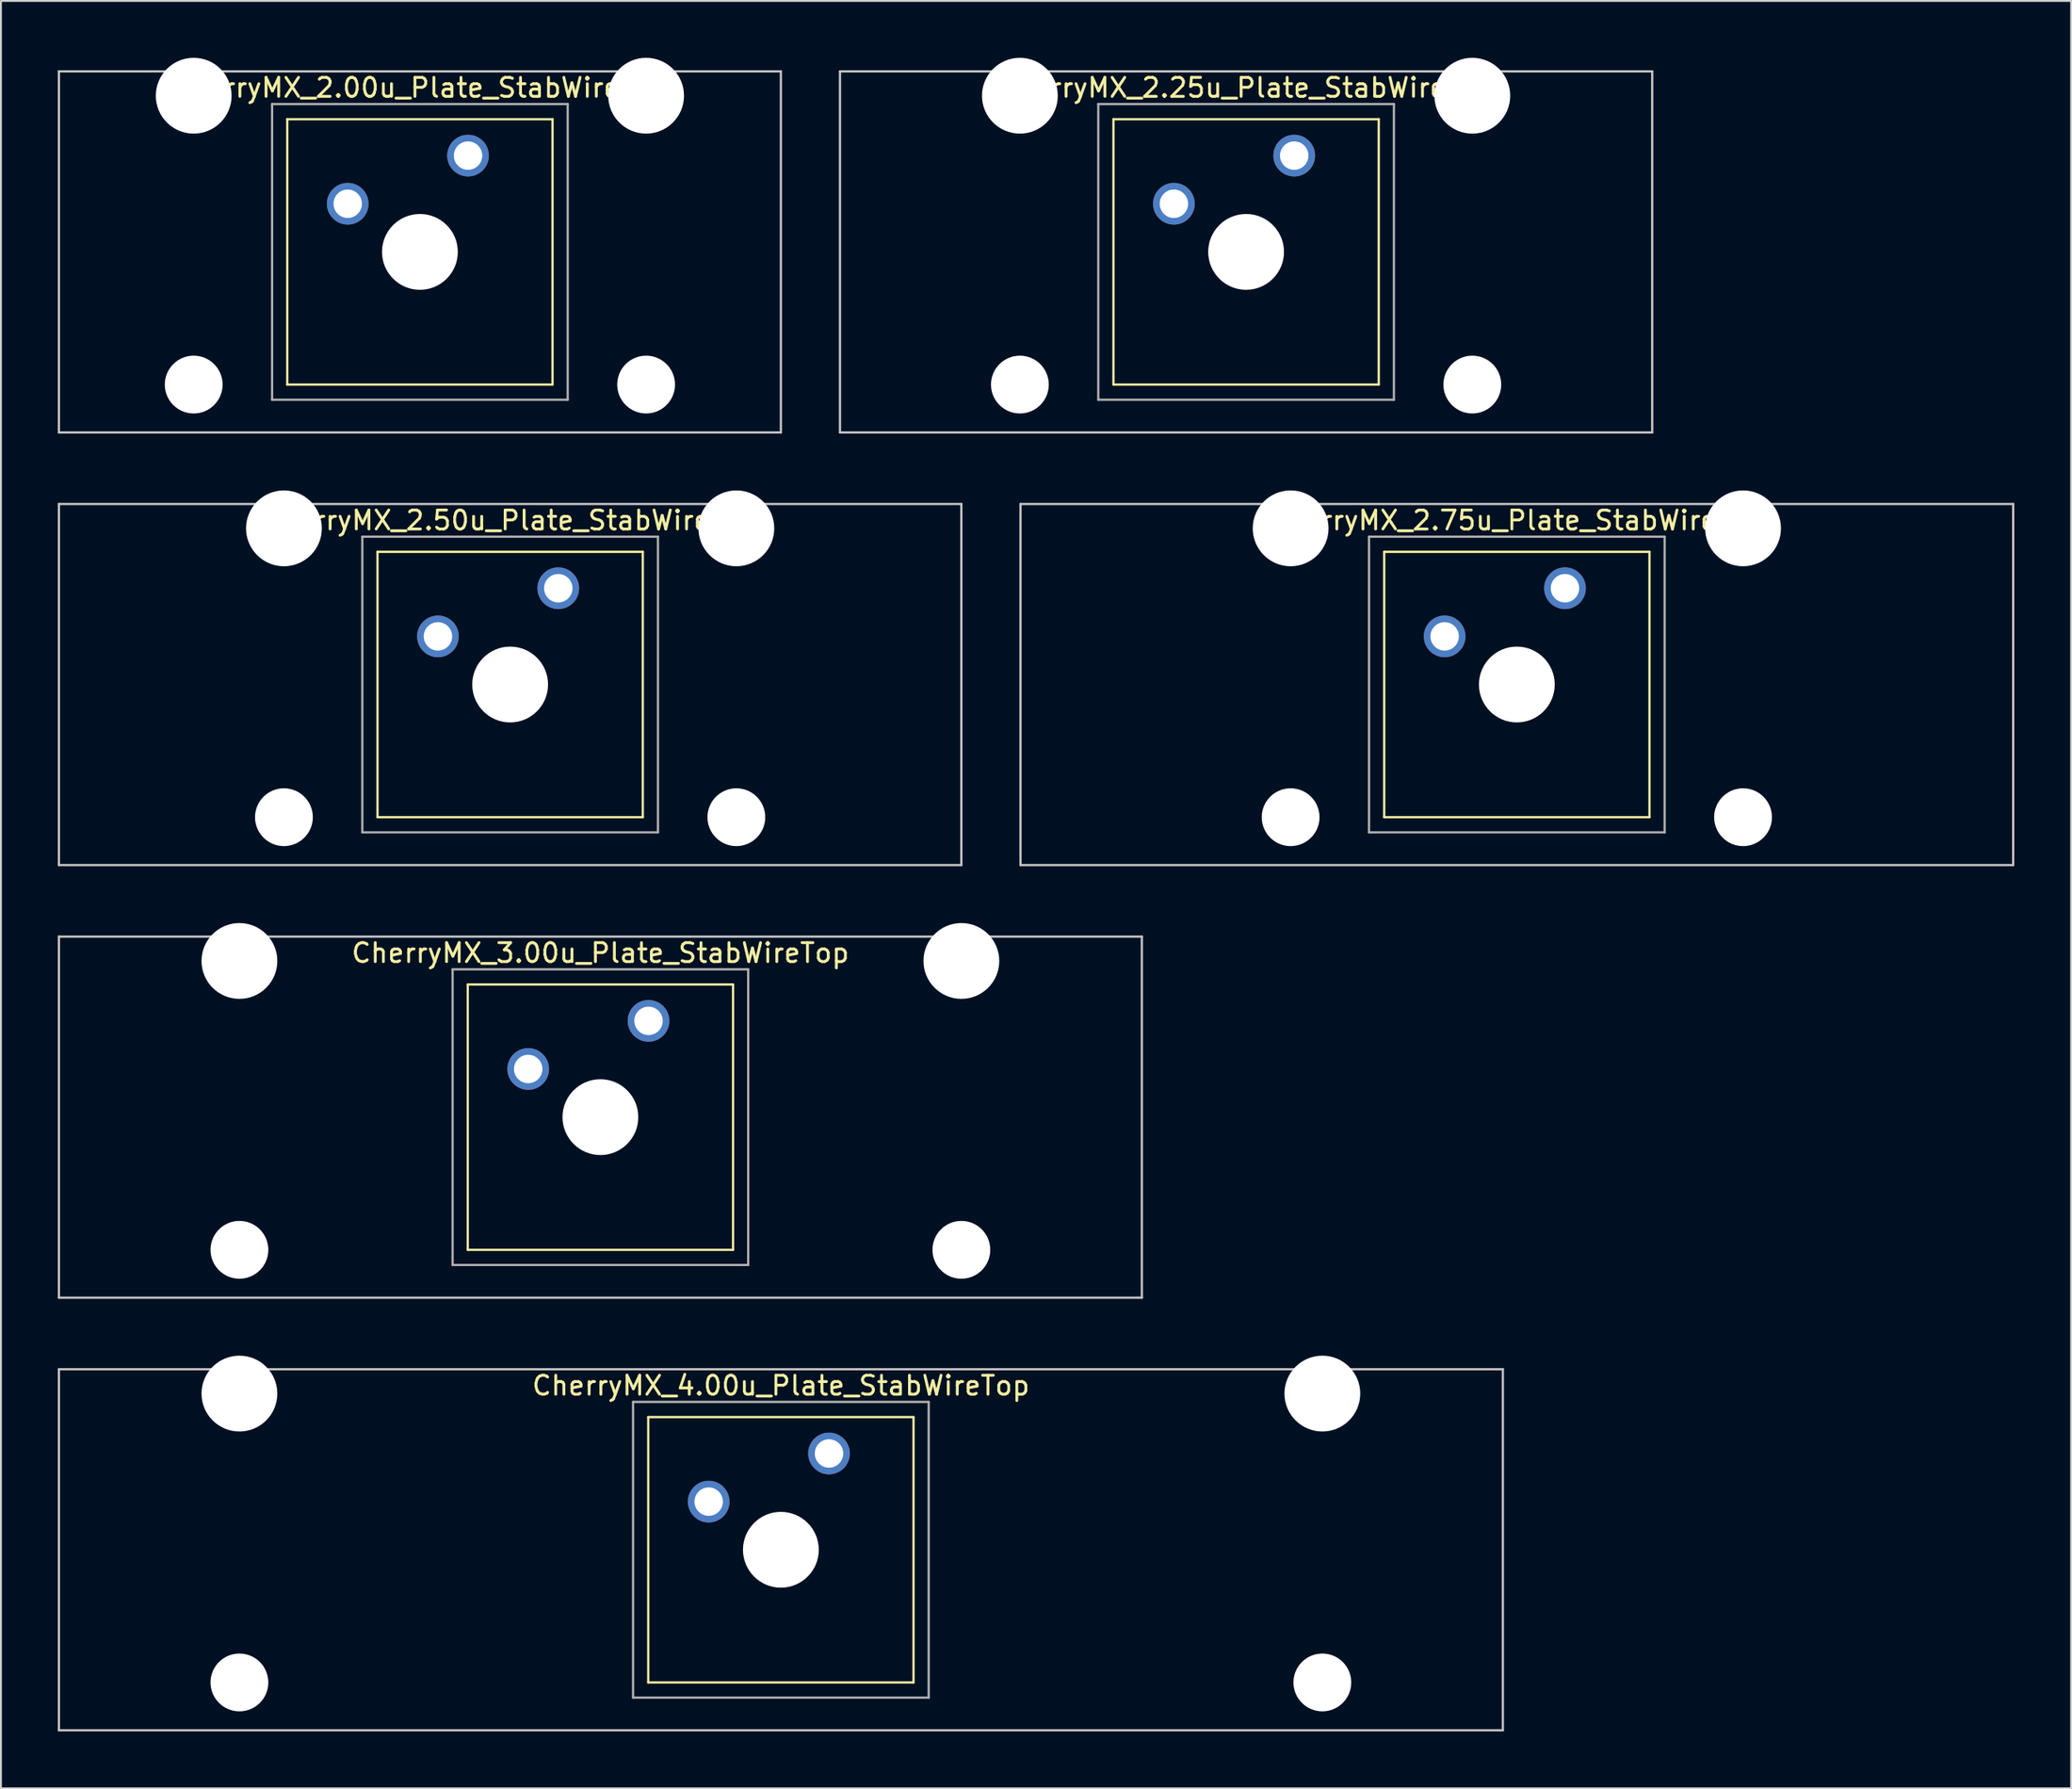
<source format=kicad_pcb>
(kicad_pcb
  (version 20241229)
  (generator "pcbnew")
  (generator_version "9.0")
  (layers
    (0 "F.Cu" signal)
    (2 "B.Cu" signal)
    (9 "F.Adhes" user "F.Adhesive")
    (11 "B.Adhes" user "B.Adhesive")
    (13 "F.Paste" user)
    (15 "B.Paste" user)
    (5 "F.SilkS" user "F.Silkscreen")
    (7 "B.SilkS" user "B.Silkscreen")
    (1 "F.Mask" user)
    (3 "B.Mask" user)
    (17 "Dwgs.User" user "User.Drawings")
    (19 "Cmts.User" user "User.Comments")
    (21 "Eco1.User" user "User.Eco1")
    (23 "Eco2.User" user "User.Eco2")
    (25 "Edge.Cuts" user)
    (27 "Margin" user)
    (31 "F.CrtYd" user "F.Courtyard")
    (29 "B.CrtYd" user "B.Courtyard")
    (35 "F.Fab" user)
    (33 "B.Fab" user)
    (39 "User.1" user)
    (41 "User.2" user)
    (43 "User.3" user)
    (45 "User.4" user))
  (footprint "CherryMX_2.00u_Plate_StabWireTop"
    (layer "F.Cu")
    (at 19.11 10.24)
    (property "Reference" "CherryMX_2.00u_Plate_StabWireTop" (at 0 -8.662 0) (layer "F.SilkS") (effects (font (size 1 1) (thickness 0.15))))
    (attr through_hole)
    (fp_line (start -7 -7) (end -7 7) (stroke (width 0.12) (type solid)) (layer "F.SilkS"))
    (fp_line (start -7 -7) (end 7 -7) (stroke (width 0.12) (type solid)) (layer "F.SilkS"))
    (fp_line (start 7 -7) (end 7 7) (stroke (width 0.12) (type solid)) (layer "F.SilkS"))
    (fp_line (start 7 7) (end -7 7) (stroke (width 0.12) (type solid)) (layer "F.SilkS"))
    (fp_line (start -19.05 -9.525) (end 19.05 -9.525) (stroke (width 0.12) (type solid)) (layer "Dwgs.User"))
    (fp_line (start -19.05 9.525) (end -19.05 -9.525) (stroke (width 0.12) (type solid)) (layer "Dwgs.User"))
    (fp_line (start 19.05 -9.525) (end 19.05 9.525) (stroke (width 0.12) (type solid)) (layer "Dwgs.User"))
    (fp_line (start 19.05 9.525) (end -19.05 9.525) (stroke (width 0.12) (type solid)) (layer "Dwgs.User"))
    (fp_line (start -7.8 -7.8) (end -7.8 7.8) (stroke (width 0.12) (type solid)) (layer "F.Fab"))
    (fp_line (start -7.8 -7.8) (end 7.8 -7.8) (stroke (width 0.12) (type solid)) (layer "F.Fab"))
    (fp_line (start -7.8 7.8) (end 7.8 7.8) (stroke (width 0.12) (type solid)) (layer "F.Fab"))
    (fp_line (start 7.8 -7.8) (end 7.8 7.8) (stroke (width 0.12) (type solid)) (layer "F.Fab"))
    (pad "" np_thru_hole circle (at -11.938 -8.24) (size 4 4) (drill 4) (layers "*.Cu" "*.Mask"))
    (pad "" np_thru_hole circle (at -11.938 7) (size 3.05 3.05) (drill 3.05) (layers "*.Cu" "*.Mask"))
    (pad "" np_thru_hole circle (at 0 0) (size 4 4) (drill 4) (layers "*.Cu" "*.Mask"))
    (pad "" np_thru_hole circle (at 11.938 -8.24) (size 4 4) (drill 4) (layers "*.Cu" "*.Mask"))
    (pad "" np_thru_hole circle (at 11.938 7) (size 3.05 3.05) (drill 3.05) (layers "*.Cu" "*.Mask"))
    (pad "1" thru_hole circle (at -3.81 -2.54) (size 2.2 2.2) (drill 1.5) (layers "*.Cu" "*.Mask"))
    (pad "2" thru_hole circle (at 2.54 -5.08) (size 2.2 2.2) (drill 1.5) (layers "*.Cu" "*.Mask")))
  (footprint "CherryMX_2.25u_Plate_StabWireTop"
    (layer "F.Cu")
    (at 62.711 10.24)
    (property "Reference" "CherryMX_2.25u_Plate_StabWireTop" (at 0 -8.662 0) (layer "F.SilkS") (effects (font (size 1 1) (thickness 0.15))))
    (attr through_hole)
    (fp_line (start -7 -7) (end -7 7) (stroke (width 0.12) (type solid)) (layer "F.SilkS"))
    (fp_line (start -7 -7) (end 7 -7) (stroke (width 0.12) (type solid)) (layer "F.SilkS"))
    (fp_line (start 7 -7) (end 7 7) (stroke (width 0.12) (type solid)) (layer "F.SilkS"))
    (fp_line (start 7 7) (end -7 7) (stroke (width 0.12) (type solid)) (layer "F.SilkS"))
    (fp_line (start -21.431 -9.525) (end 21.431 -9.525) (stroke (width 0.12) (type solid)) (layer "Dwgs.User"))
    (fp_line (start -21.431 9.525) (end -21.431 -9.525) (stroke (width 0.12) (type solid)) (layer "Dwgs.User"))
    (fp_line (start 21.431 -9.525) (end 21.431 9.525) (stroke (width 0.12) (type solid)) (layer "Dwgs.User"))
    (fp_line (start 21.431 9.525) (end -21.431 9.525) (stroke (width 0.12) (type solid)) (layer "Dwgs.User"))
    (fp_line (start -7.8 -7.8) (end -7.8 7.8) (stroke (width 0.12) (type solid)) (layer "F.Fab"))
    (fp_line (start -7.8 -7.8) (end 7.8 -7.8) (stroke (width 0.12) (type solid)) (layer "F.Fab"))
    (fp_line (start -7.8 7.8) (end 7.8 7.8) (stroke (width 0.12) (type solid)) (layer "F.Fab"))
    (fp_line (start 7.8 -7.8) (end 7.8 7.8) (stroke (width 0.12) (type solid)) (layer "F.Fab"))
    (pad "" np_thru_hole circle (at -11.938 -8.24) (size 4 4) (drill 4) (layers "*.Cu" "*.Mask"))
    (pad "" np_thru_hole circle (at -11.938 7) (size 3.05 3.05) (drill 3.05) (layers "*.Cu" "*.Mask"))
    (pad "" np_thru_hole circle (at 0 0) (size 4 4) (drill 4) (layers "*.Cu" "*.Mask"))
    (pad "" np_thru_hole circle (at 11.938 -8.24) (size 4 4) (drill 4) (layers "*.Cu" "*.Mask"))
    (pad "" np_thru_hole circle (at 11.938 7) (size 3.05 3.05) (drill 3.05) (layers "*.Cu" "*.Mask"))
    (pad "1" thru_hole circle (at -3.81 -2.54) (size 2.2 2.2) (drill 1.5) (layers "*.Cu" "*.Mask"))
    (pad "2" thru_hole circle (at 2.54 -5.08) (size 2.2 2.2) (drill 1.5) (layers "*.Cu" "*.Mask")))
  (footprint "CherryMX_3.00u_Plate_StabWireTop"
    (layer "F.Cu")
    (at 28.635 55.89)
    (property "Reference" "CherryMX_3.00u_Plate_StabWireTop" (at 0 -8.662 0) (layer "F.SilkS") (effects (font (size 1 1) (thickness 0.15))))
    (attr through_hole)
    (fp_line (start -7 -7) (end -7 7) (stroke (width 0.12) (type solid)) (layer "F.SilkS"))
    (fp_line (start -7 -7) (end 7 -7) (stroke (width 0.12) (type solid)) (layer "F.SilkS"))
    (fp_line (start 7 -7) (end 7 7) (stroke (width 0.12) (type solid)) (layer "F.SilkS"))
    (fp_line (start 7 7) (end -7 7) (stroke (width 0.12) (type solid)) (layer "F.SilkS"))
    (fp_line (start -28.575 -9.525) (end 28.575 -9.525) (stroke (width 0.12) (type solid)) (layer "Dwgs.User"))
    (fp_line (start -28.575 9.525) (end -28.575 -9.525) (stroke (width 0.12) (type solid)) (layer "Dwgs.User"))
    (fp_line (start 28.575 -9.525) (end 28.575 9.525) (stroke (width 0.12) (type solid)) (layer "Dwgs.User"))
    (fp_line (start 28.575 9.525) (end -28.575 9.525) (stroke (width 0.12) (type solid)) (layer "Dwgs.User"))
    (fp_line (start -7.8 -7.8) (end -7.8 7.8) (stroke (width 0.12) (type solid)) (layer "F.Fab"))
    (fp_line (start -7.8 -7.8) (end 7.8 -7.8) (stroke (width 0.12) (type solid)) (layer "F.Fab"))
    (fp_line (start -7.8 7.8) (end 7.8 7.8) (stroke (width 0.12) (type solid)) (layer "F.Fab"))
    (fp_line (start 7.8 -7.8) (end 7.8 7.8) (stroke (width 0.12) (type solid)) (layer "F.Fab"))
    (pad "" np_thru_hole circle (at -19.05 -8.24) (size 4 4) (drill 4) (layers "*.Cu" "*.Mask"))
    (pad "" np_thru_hole circle (at -19.05 7) (size 3.05 3.05) (drill 3.05) (layers "*.Cu" "*.Mask"))
    (pad "" np_thru_hole circle (at 0 0) (size 4 4) (drill 4) (layers "*.Cu" "*.Mask"))
    (pad "" np_thru_hole circle (at 19.05 -8.24) (size 4 4) (drill 4) (layers "*.Cu" "*.Mask"))
    (pad "" np_thru_hole circle (at 19.05 7) (size 3.05 3.05) (drill 3.05) (layers "*.Cu" "*.Mask"))
    (pad "1" thru_hole circle (at -3.81 -2.54) (size 2.2 2.2) (drill 1.5) (layers "*.Cu" "*.Mask"))
    (pad "2" thru_hole circle (at 2.54 -5.08) (size 2.2 2.2) (drill 1.5) (layers "*.Cu" "*.Mask")))
  (footprint "CherryMX_4.00u_Plate_StabWireTop"
    (layer "F.Cu")
    (at 38.16 78.715)
    (property "Reference" "CherryMX_4.00u_Plate_StabWireTop" (at 0 -8.662 0) (layer "F.SilkS") (effects (font (size 1 1) (thickness 0.15))))
    (attr through_hole)
    (fp_line (start -7 -7) (end -7 7) (stroke (width 0.12) (type solid)) (layer "F.SilkS"))
    (fp_line (start -7 -7) (end 7 -7) (stroke (width 0.12) (type solid)) (layer "F.SilkS"))
    (fp_line (start 7 -7) (end 7 7) (stroke (width 0.12) (type solid)) (layer "F.SilkS"))
    (fp_line (start 7 7) (end -7 7) (stroke (width 0.12) (type solid)) (layer "F.SilkS"))
    (fp_line (start -38.1 -9.525) (end 38.1 -9.525) (stroke (width 0.12) (type solid)) (layer "Dwgs.User"))
    (fp_line (start -38.1 9.525) (end -38.1 -9.525) (stroke (width 0.12) (type solid)) (layer "Dwgs.User"))
    (fp_line (start 38.1 -9.525) (end 38.1 9.525) (stroke (width 0.12) (type solid)) (layer "Dwgs.User"))
    (fp_line (start 38.1 9.525) (end -38.1 9.525) (stroke (width 0.12) (type solid)) (layer "Dwgs.User"))
    (fp_line (start -7.8 -7.8) (end -7.8 7.8) (stroke (width 0.12) (type solid)) (layer "F.Fab"))
    (fp_line (start -7.8 -7.8) (end 7.8 -7.8) (stroke (width 0.12) (type solid)) (layer "F.Fab"))
    (fp_line (start -7.8 7.8) (end 7.8 7.8) (stroke (width 0.12) (type solid)) (layer "F.Fab"))
    (fp_line (start 7.8 -7.8) (end 7.8 7.8) (stroke (width 0.12) (type solid)) (layer "F.Fab"))
    (pad "" np_thru_hole circle (at -28.575 -8.24) (size 4 4) (drill 4) (layers "*.Cu" "*.Mask"))
    (pad "" np_thru_hole circle (at -28.575 7) (size 3.05 3.05) (drill 3.05) (layers "*.Cu" "*.Mask"))
    (pad "" np_thru_hole circle (at 0 0) (size 4 4) (drill 4) (layers "*.Cu" "*.Mask"))
    (pad "" np_thru_hole circle (at 28.575 -8.24) (size 4 4) (drill 4) (layers "*.Cu" "*.Mask"))
    (pad "" np_thru_hole circle (at 28.575 7) (size 3.05 3.05) (drill 3.05) (layers "*.Cu" "*.Mask"))
    (pad "1" thru_hole circle (at -3.81 -2.54) (size 2.2 2.2) (drill 1.5) (layers "*.Cu" "*.Mask"))
    (pad "2" thru_hole circle (at 2.54 -5.08) (size 2.2 2.2) (drill 1.5) (layers "*.Cu" "*.Mask")))
  (footprint "CherryMX_2.75u_Plate_StabWireTop"
    (layer "F.Cu")
    (at 76.999 33.065)
    (property "Reference" "CherryMX_2.75u_Plate_StabWireTop" (at 0 -8.662 0) (layer "F.SilkS") (effects (font (size 1 1) (thickness 0.15))))
    (attr through_hole)
    (fp_line (start -7 -7) (end -7 7) (stroke (width 0.12) (type solid)) (layer "F.SilkS"))
    (fp_line (start -7 -7) (end 7 -7) (stroke (width 0.12) (type solid)) (layer "F.SilkS"))
    (fp_line (start 7 -7) (end 7 7) (stroke (width 0.12) (type solid)) (layer "F.SilkS"))
    (fp_line (start 7 7) (end -7 7) (stroke (width 0.12) (type solid)) (layer "F.SilkS"))
    (fp_line (start -26.194 -9.525) (end 26.194 -9.525) (stroke (width 0.12) (type solid)) (layer "Dwgs.User"))
    (fp_line (start -26.194 9.525) (end -26.194 -9.525) (stroke (width 0.12) (type solid)) (layer "Dwgs.User"))
    (fp_line (start 26.194 -9.525) (end 26.194 9.525) (stroke (width 0.12) (type solid)) (layer "Dwgs.User"))
    (fp_line (start 26.194 9.525) (end -26.194 9.525) (stroke (width 0.12) (type solid)) (layer "Dwgs.User"))
    (fp_line (start -7.8 -7.8) (end -7.8 7.8) (stroke (width 0.12) (type solid)) (layer "F.Fab"))
    (fp_line (start -7.8 -7.8) (end 7.8 -7.8) (stroke (width 0.12) (type solid)) (layer "F.Fab"))
    (fp_line (start -7.8 7.8) (end 7.8 7.8) (stroke (width 0.12) (type solid)) (layer "F.Fab"))
    (fp_line (start 7.8 -7.8) (end 7.8 7.8) (stroke (width 0.12) (type solid)) (layer "F.Fab"))
    (pad "" np_thru_hole circle (at -11.938 -8.24) (size 4 4) (drill 4) (layers "*.Cu" "*.Mask"))
    (pad "" np_thru_hole circle (at -11.938 7) (size 3.05 3.05) (drill 3.05) (layers "*.Cu" "*.Mask"))
    (pad "" np_thru_hole circle (at 0 0) (size 4 4) (drill 4) (layers "*.Cu" "*.Mask"))
    (pad "" np_thru_hole circle (at 11.938 -8.24) (size 4 4) (drill 4) (layers "*.Cu" "*.Mask"))
    (pad "" np_thru_hole circle (at 11.938 7) (size 3.05 3.05) (drill 3.05) (layers "*.Cu" "*.Mask"))
    (pad "1" thru_hole circle (at -3.81 -2.54) (size 2.2 2.2) (drill 1.5) (layers "*.Cu" "*.Mask"))
    (pad "2" thru_hole circle (at 2.54 -5.08) (size 2.2 2.2) (drill 1.5) (layers "*.Cu" "*.Mask")))
  (footprint "CherryMX_2.50u_Plate_StabWireTop"
    (layer "F.Cu")
    (at 23.872 33.065)
    (property "Reference" "CherryMX_2.50u_Plate_StabWireTop" (at 0 -8.662 0) (layer "F.SilkS") (effects (font (size 1 1) (thickness 0.15))))
    (attr through_hole)
    (fp_line (start -7 -7) (end -7 7) (stroke (width 0.12) (type solid)) (layer "F.SilkS"))
    (fp_line (start -7 -7) (end 7 -7) (stroke (width 0.12) (type solid)) (layer "F.SilkS"))
    (fp_line (start 7 -7) (end 7 7) (stroke (width 0.12) (type solid)) (layer "F.SilkS"))
    (fp_line (start 7 7) (end -7 7) (stroke (width 0.12) (type solid)) (layer "F.SilkS"))
    (fp_line (start -23.812 -9.525) (end 23.812 -9.525) (stroke (width 0.12) (type solid)) (layer "Dwgs.User"))
    (fp_line (start -23.812 9.525) (end -23.812 -9.525) (stroke (width 0.12) (type solid)) (layer "Dwgs.User"))
    (fp_line (start 23.812 -9.525) (end 23.812 9.525) (stroke (width 0.12) (type solid)) (layer "Dwgs.User"))
    (fp_line (start 23.812 9.525) (end -23.812 9.525) (stroke (width 0.12) (type solid)) (layer "Dwgs.User"))
    (fp_line (start -7.8 -7.8) (end -7.8 7.8) (stroke (width 0.12) (type solid)) (layer "F.Fab"))
    (fp_line (start -7.8 -7.8) (end 7.8 -7.8) (stroke (width 0.12) (type solid)) (layer "F.Fab"))
    (fp_line (start -7.8 7.8) (end 7.8 7.8) (stroke (width 0.12) (type solid)) (layer "F.Fab"))
    (fp_line (start 7.8 -7.8) (end 7.8 7.8) (stroke (width 0.12) (type solid)) (layer "F.Fab"))
    (pad "" np_thru_hole circle (at -11.938 -8.24) (size 4 4) (drill 4) (layers "*.Cu" "*.Mask"))
    (pad "" np_thru_hole circle (at -11.938 7) (size 3.05 3.05) (drill 3.05) (layers "*.Cu" "*.Mask"))
    (pad "" np_thru_hole circle (at 0 0) (size 4 4) (drill 4) (layers "*.Cu" "*.Mask"))
    (pad "" np_thru_hole circle (at 11.938 -8.24) (size 4 4) (drill 4) (layers "*.Cu" "*.Mask"))
    (pad "" np_thru_hole circle (at 11.938 7) (size 3.05 3.05) (drill 3.05) (layers "*.Cu" "*.Mask"))
    (pad "1" thru_hole circle (at -3.81 -2.54) (size 2.2 2.2) (drill 1.5) (layers "*.Cu" "*.Mask"))
    (pad "2" thru_hole circle (at 2.54 -5.08) (size 2.2 2.2) (drill 1.5) (layers "*.Cu" "*.Mask")))
  (gr_rect
    (start -3 -3)
    (end 106.252 91.3)
    (stroke (width 0.1) (type default))
    (fill no)
    (layer "Edge.Cuts")))
</source>
